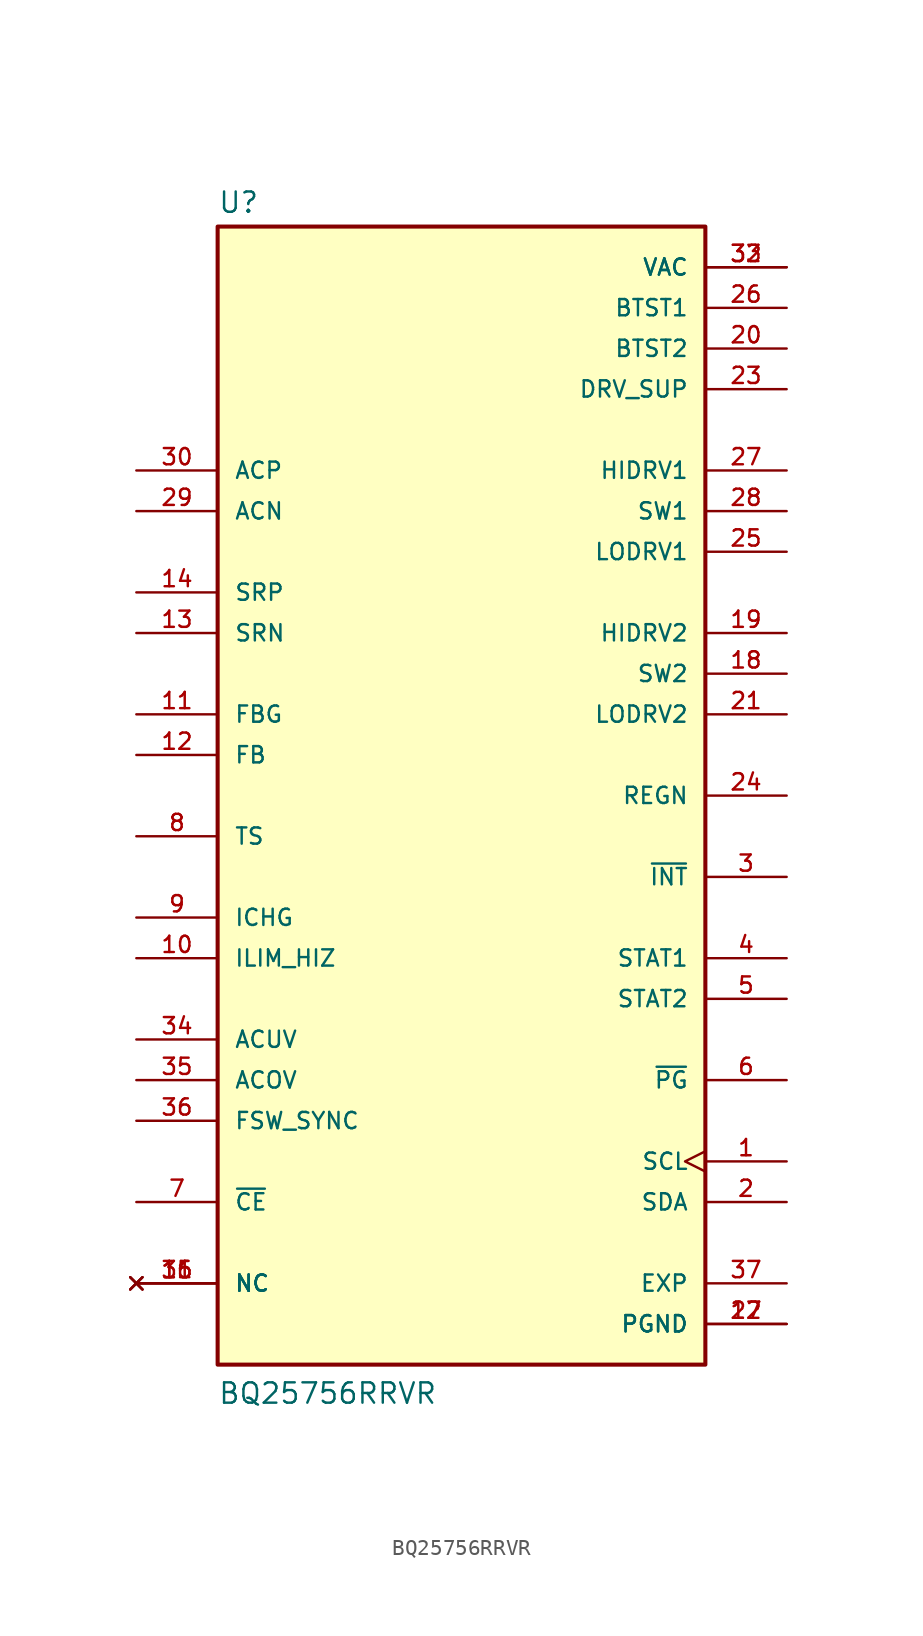
<source format=kicad_sym>
(kicad_symbol_lib
  (version 20211014)
  (generator kicad_symbol_editor)
  (symbol "BQ25756RRVR"
    (pin_names
      (offset 1.016))
    (property "Reference" "U"
      (at -15.24 36.322 0)
      (effects (font (size 1.27 1.27)) (justify bottom left)))
    (property "Value" "BQ25756RRVR"
      (at -15.24 -38.1 0)
      (effects (font (size 1.27 1.27)) (justify bottom left)))
    (symbol "BQ25756RRVR_0_0"
      (rectangle (start -15.24 -35.56) (end 15.24 35.56) (stroke (width 0.254)) (fill (type background)))
      (pin input clock (at 20.32 -22.86 180.0) (length 5.08) (name "SCL" (effects (font (size 1.016 1.016)))) (number "1" (effects (font (size 1.016 1.016)))))
      (pin bidirectional line (at 20.32 -25.4 180.0) (length 5.08) (name "SDA" (effects (font (size 1.016 1.016)))) (number "2" (effects (font (size 1.016 1.016)))))
      (pin output line (at 20.32 -5.08 180.0) (length 5.08) (name "~{INT}" (effects (font (size 1.016 1.016)))) (number "3" (effects (font (size 1.016 1.016)))))
      (pin output line (at 20.32 -10.16 180.0) (length 5.08) (name "STAT1" (effects (font (size 1.016 1.016)))) (number "4" (effects (font (size 1.016 1.016)))))
      (pin output line (at 20.32 -17.78 180.0) (length 5.08) (name "~{PG}" (effects (font (size 1.016 1.016)))) (number "6" (effects (font (size 1.016 1.016)))))
      (pin bidirectional line (at -20.32 -25.4 0) (length 5.08) (name "~{CE}" (effects (font (size 1.016 1.016)))) (number "7" (effects (font (size 1.016 1.016)))))
      (pin input line (at -20.32 -2.54 0) (length 5.08) (name "TS" (effects (font (size 1.016 1.016)))) (number "8" (effects (font (size 1.016 1.016)))))
      (pin input line (at -20.32 -7.62 0) (length 5.08) (name "ICHG" (effects (font (size 1.016 1.016)))) (number "9" (effects (font (size 1.016 1.016)))))
      (pin input line (at -20.32 -10.16 0) (length 5.08) (name "ILIM_HIZ" (effects (font (size 1.016 1.016)))) (number "10" (effects (font (size 1.016 1.016)))))
      (pin input line (at -20.32 5.08 0) (length 5.08) (name "FBG" (effects (font (size 1.016 1.016)))) (number "11" (effects (font (size 1.016 1.016)))))
      (pin input line (at -20.32 2.54 0) (length 5.08) (name "FB" (effects (font (size 1.016 1.016)))) (number "12" (effects (font (size 1.016 1.016)))))
      (pin input line (at -20.32 10.16 0) (length 5.08) (name "SRN" (effects (font (size 1.016 1.016)))) (number "13" (effects (font (size 1.016 1.016)))))
      (pin input line (at -20.32 12.7 0) (length 5.08) (name "SRP" (effects (font (size 1.016 1.016)))) (number "14" (effects (font (size 1.016 1.016)))))
      (pin no_connect line (at -20.32 -30.48 0) (length 5.08) (name "NC" (effects (font (size 1.016 1.016)))) (number "15" (effects (font (size 1.016 1.016)))))
      (pin no_connect line (at -20.32 -30.48 0) (length 5.08) (name "NC" (effects (font (size 1.016 1.016)))) (number "16" (effects (font (size 1.016 1.016)))))
      (pin no_connect line (at -20.32 -30.48 0) (length 5.08) (name "NC" (effects (font (size 1.016 1.016)))) (number "31" (effects (font (size 1.016 1.016)))))
      (pin power_in line (at 20.32 -33.02 180.0) (length 5.08) (name "PGND" (effects (font (size 1.016 1.016)))) (number "17" (effects (font (size 1.016 1.016)))))
      (pin power_in line (at 20.32 -33.02 180.0) (length 5.08) (name "PGND" (effects (font (size 1.016 1.016)))) (number "22" (effects (font (size 1.016 1.016)))))
      (pin output line (at 20.32 7.62 180.0) (length 5.08) (name "SW2" (effects (font (size 1.016 1.016)))) (number "18" (effects (font (size 1.016 1.016)))))
      (pin output line (at 20.32 10.16 180.0) (length 5.08) (name "HIDRV2" (effects (font (size 1.016 1.016)))) (number "19" (effects (font (size 1.016 1.016)))))
      (pin power_in line (at 20.32 27.94 180.0) (length 5.08) (name "BTST2" (effects (font (size 1.016 1.016)))) (number "20" (effects (font (size 1.016 1.016)))))
      (pin output line (at 20.32 5.08 180.0) (length 5.08) (name "LODRV2" (effects (font (size 1.016 1.016)))) (number "21" (effects (font (size 1.016 1.016)))))
      (pin power_in line (at 20.32 25.4 180.0) (length 5.08) (name "DRV_SUP" (effects (font (size 1.016 1.016)))) (number "23" (effects (font (size 1.016 1.016)))))
      (pin output line (at 20.32 0.0 180.0) (length 5.08) (name "REGN" (effects (font (size 1.016 1.016)))) (number "24" (effects (font (size 1.016 1.016)))))
      (pin output line (at 20.32 15.24 180.0) (length 5.08) (name "LODRV1" (effects (font (size 1.016 1.016)))) (number "25" (effects (font (size 1.016 1.016)))))
      (pin power_in line (at 20.32 30.48 180.0) (length 5.08) (name "BTST1" (effects (font (size 1.016 1.016)))) (number "26" (effects (font (size 1.016 1.016)))))
      (pin output line (at 20.32 20.32 180.0) (length 5.08) (name "HIDRV1" (effects (font (size 1.016 1.016)))) (number "27" (effects (font (size 1.016 1.016)))))
      (pin output line (at 20.32 17.78 180.0) (length 5.08) (name "SW1" (effects (font (size 1.016 1.016)))) (number "28" (effects (font (size 1.016 1.016)))))
      (pin input line (at -20.32 17.78 0) (length 5.08) (name "ACN" (effects (font (size 1.016 1.016)))) (number "29" (effects (font (size 1.016 1.016)))))
      (pin input line (at -20.32 20.32 0) (length 5.08) (name "ACP" (effects (font (size 1.016 1.016)))) (number "30" (effects (font (size 1.016 1.016)))))
      (pin power_in line (at 20.32 33.02 180.0) (length 5.08) (name "VAC" (effects (font (size 1.016 1.016)))) (number "32" (effects (font (size 1.016 1.016)))))
      (pin power_in line (at 20.32 33.02 180.0) (length 5.08) (name "VAC" (effects (font (size 1.016 1.016)))) (number "33" (effects (font (size 1.016 1.016)))))
      (pin input line (at -20.32 -15.24 0) (length 5.08) (name "ACUV" (effects (font (size 1.016 1.016)))) (number "34" (effects (font (size 1.016 1.016)))))
      (pin input line (at -20.32 -17.78 0) (length 5.08) (name "ACOV" (effects (font (size 1.016 1.016)))) (number "35" (effects (font (size 1.016 1.016)))))
      (pin input line (at -20.32 -20.32 0) (length 5.08) (name "FSW_SYNC" (effects (font (size 1.016 1.016)))) (number "36" (effects (font (size 1.016 1.016)))))
      (pin output line (at 20.32 -12.7 180.0) (length 5.08) (name "STAT2" (effects (font (size 1.016 1.016)))) (number "5" (effects (font (size 1.016 1.016)))))
      (pin power_in line (at 20.32 -30.48 180.0) (length 5.08) (name "EXP" (effects (font (size 1.016 1.016)))) (number "37" (effects (font (size 1.016 1.016))))))))
</source>
